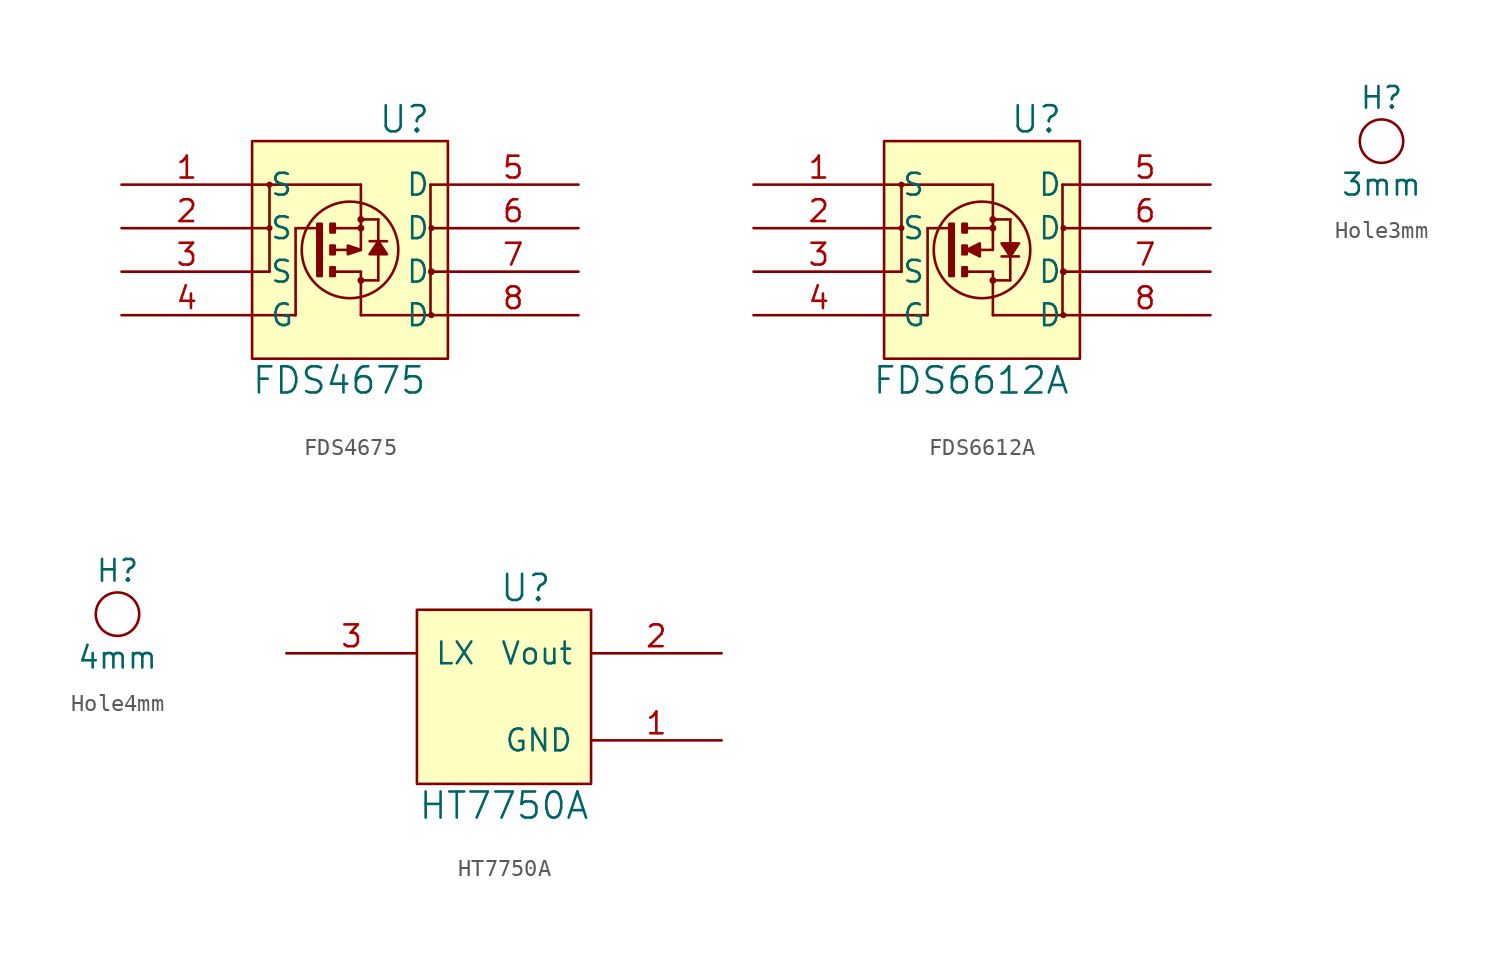
<source format=kicad_sym>
(kicad_symbol_lib
  (version 20220914)
  (generator kicad_symbol_editor)
  (symbol "FDS4675"
    (pin_names
      (offset 1.016))
    (property "Reference" "U"
      (at 2.54 7.62 0)
      (effects (font (size 1.524 1.524))))
    (property "Value" "FDS4675"
      (at -1.27 -7.62 0)
      (effects (font (size 1.524 1.524))))
    (property "Footprint" ""
      (at 0 0 0)
      (effects (font (size 1.524 1.524))))
    (property "Datasheet" ""
      (at 0 0 0)
      (effects (font (size 1.524 1.524))))
    (symbol "FDS4675_0_1"
      (rectangle (start -6.35 6.35) (end 5.08 -6.35) (stroke (width 0) (type default)) (fill (type background)))
      (circle (center -5.334 1.27) (radius 0.102) (stroke (width 0) (type default)) (fill (type none)))
      (circle (center -5.334 3.81) (radius 0.102) (stroke (width 0) (type default)) (fill (type none)))
      (rectangle (start -2.286 1.524) (end -2.54 -1.524) (stroke (width 0) (type default)) (fill (type outline)))
      (rectangle (start -1.778 -1.016) (end -1.524 -1.524) (stroke (width 0) (type default)) (fill (type outline)))
      (rectangle (start -1.778 0.254) (end -1.524 -0.254) (stroke (width 0) (type default)) (fill (type outline)))
      (rectangle (start -1.778 1.524) (end -1.524 1.016) (stroke (width 0) (type default)) (fill (type outline)))
      (circle (center -0.635 0) (radius 2.819) (stroke (width 0) (type default)) (fill (type none)))
      (circle (center 0 -1.778) (radius 0.127) (stroke (width 0) (type default)) (fill (type none)))
      (polyline (pts (xy -6.35 -1.27) (xy -5.334 -1.27) (xy -5.334 -1.27)) (stroke (width 0) (type default)) (fill (type none)))
      (polyline (pts (xy -6.35 1.27) (xy -5.334 1.27) (xy -5.334 1.27)) (stroke (width 0) (type default)) (fill (type none)))
      (polyline (pts (xy -6.35 3.81) (xy -5.334 3.81) (xy -5.334 3.81)) (stroke (width 0) (type default)) (fill (type none)))
      (polyline (pts (xy -5.334 -1.27) (xy -5.334 1.27) (xy -5.334 1.27)) (stroke (width 0) (type default)) (fill (type none)))
      (polyline (pts (xy -5.334 1.27) (xy -5.334 3.81) (xy -5.334 3.81)) (stroke (width 0) (type default)) (fill (type none)))
      (polyline (pts (xy -3.81 -3.81) (xy -6.35 -3.81) (xy -6.35 -3.81)) (stroke (width 0) (type default)) (fill (type none)))
      (polyline (pts (xy -2.54 1.27) (xy -3.81 1.27) (xy -3.81 1.27)) (stroke (width 0) (type default)) (fill (type none)))
      (polyline (pts (xy -1.524 -1.27) (xy 0 -1.27) (xy 0 -1.27)) (stroke (width 0) (type default)) (fill (type none)))
      (polyline (pts (xy -1.524 1.27) (xy 0 1.27) (xy 0 1.27)) (stroke (width 0) (type default)) (fill (type none)))
      (polyline (pts (xy 0 -3.81) (xy 0 -2.54) (xy 0 -2.54)) (stroke (width 0) (type default)) (fill (type none)))
      (polyline (pts (xy 0 -1.778) (xy 1.016 -1.778) (xy 1.016 -1.778)) (stroke (width 0) (type default)) (fill (type none)))
      (polyline (pts (xy 0 -1.27) (xy 0 -2.54) (xy 0 -2.54)) (stroke (width 0) (type default)) (fill (type none)))
      (polyline (pts (xy 0 0) (xy 0 2.54) (xy 0 2.54)) (stroke (width 0) (type default)) (fill (type none)))
      (polyline (pts (xy 0 2.54) (xy 0 3.81) (xy 0 3.81)) (stroke (width 0) (type default)) (fill (type none)))
      (polyline (pts (xy 1.016 1.778) (xy 1.016 -1.778) (xy 1.016 -1.778)) (stroke (width 0) (type default)) (fill (type outline)))
      (polyline (pts (xy 4.064 3.81) (xy 4.064 -3.81) (xy 4.064 -3.81)) (stroke (width 0) (type default)) (fill (type none)))
      (polyline (pts (xy 5.08 -3.81) (xy 0 -3.81) (xy 0 -3.81)) (stroke (width 0) (type default)) (fill (type none)))
      (polyline (pts (xy 5.08 -1.27) (xy 4.064 -1.27) (xy 4.064 -1.27)) (stroke (width 0) (type default)) (fill (type none)))
      (polyline (pts (xy 5.08 1.27) (xy 4.064 1.27) (xy 4.064 1.27)) (stroke (width 0) (type default)) (fill (type none)))
      (polyline (pts (xy 5.08 3.81) (xy 4.064 3.81) (xy 4.064 3.81)) (stroke (width 0) (type default)) (fill (type none)))
      (polyline (pts (xy -3.81 1.27) (xy -3.81 1.27) (xy -3.81 -3.81) (xy -3.81 -3.81)) (stroke (width 0) (type default)) (fill (type none)))
      (polyline (pts (xy 0.508 0.508) (xy 0.508 0.508) (xy 1.524 0.508) (xy 1.524 0.508)) (stroke (width 0) (type default)) (fill (type none)))
      (polyline (pts (xy -0.762 0.254) (xy -0.762 -0.254) (xy 0 0) (xy -0.762 0.254) (xy -0.762 0.254)) (stroke (width 0) (type default)) (fill (type outline)))
      (polyline (pts (xy 0 1.778) (xy 1.016 1.778) (xy 1.016 1.778) (xy 1.016 1.778) (xy 1.016 1.778)) (stroke (width 0) (type default)) (fill (type none)))
      (polyline (pts (xy 0.508 -0.254) (xy 1.016 0.508) (xy 1.524 -0.254) (xy 0.508 -0.254) (xy 0.508 -0.254)) (stroke (width 0) (type default)) (fill (type outline)))
      (polyline (pts (xy -5.334 3.81) (xy -5.334 3.81) (xy 0 3.81) (xy 0 3.81) (xy 0 3.81) (xy 0 3.81)) (stroke (width 0) (type default)) (fill (type none)))
      (polyline (pts (xy -1.016 0) (xy -0.762 0) (xy -1.524 0) (xy -1.27 0) (xy -1.27 0) (xy -1.27 0)) (stroke (width 0) (type default)) (fill (type none)))
      (circle (center 0 1.27) (radius 0.127) (stroke (width 0) (type default)) (fill (type none)))
      (circle (center 0 1.778) (radius 0.127) (stroke (width 0) (type default)) (fill (type none)))
      (circle (center 4.115 -3.81) (radius 0.102) (stroke (width 0) (type default)) (fill (type none)))
      (circle (center 4.115 -1.27) (radius 0.127) (stroke (width 0) (type default)) (fill (type none)))
      (circle (center 4.115 1.27) (radius 0.102) (stroke (width 0) (type default)) (fill (type none))))
    (symbol "FDS4675_1_1"
      (pin passive line (at -13.97 3.81 0) (length 7.62) (name "S" (effects (font (size 1.27 1.27)))) (number "1" (effects (font (size 1.27 1.27)))))
      (pin passive line (at -13.97 1.27 0) (length 7.62) (name "S" (effects (font (size 1.27 1.27)))) (number "2" (effects (font (size 1.27 1.27)))))
      (pin passive line (at -13.97 -1.27 0) (length 7.62) (name "S" (effects (font (size 1.27 1.27)))) (number "3" (effects (font (size 1.27 1.27)))))
      (pin input line (at -13.97 -3.81 0) (length 7.62) (name "G" (effects (font (size 1.27 1.27)))) (number "4" (effects (font (size 1.27 1.27)))))
      (pin passive line (at 12.7 3.81 180) (length 7.62) (name "D" (effects (font (size 1.27 1.27)))) (number "5" (effects (font (size 1.27 1.27)))))
      (pin passive line (at 12.7 1.27 180) (length 7.62) (name "D" (effects (font (size 1.27 1.27)))) (number "6" (effects (font (size 1.27 1.27)))))
      (pin passive line (at 12.7 -1.27 180) (length 7.62) (name "D" (effects (font (size 1.27 1.27)))) (number "7" (effects (font (size 1.27 1.27)))))
      (pin passive line (at 12.7 -3.81 180) (length 7.62) (name "D" (effects (font (size 1.27 1.27)))) (number "8" (effects (font (size 1.27 1.27)))))))
  (symbol "FDS6612A"
    (pin_names
      (offset 1.016))
    (property "Reference" "U"
      (at 2.54 7.62 0)
      (effects (font (size 1.524 1.524))))
    (property "Value" "FDS6612A"
      (at -1.27 -7.62 0)
      (effects (font (size 1.524 1.524))))
    (property "Footprint" ""
      (at 0 0 0)
      (effects (font (size 1.524 1.524))))
    (property "Datasheet" ""
      (at 0 0 0)
      (effects (font (size 1.524 1.524))))
    (symbol "FDS6612A_0_1"
      (rectangle (start -6.35 6.35) (end 5.08 -6.35) (stroke (width 0) (type default)) (fill (type background)))
      (circle (center -5.334 1.27) (radius 0.102) (stroke (width 0) (type default)) (fill (type none)))
      (circle (center -5.334 3.81) (radius 0.102) (stroke (width 0) (type default)) (fill (type none)))
      (rectangle (start -2.286 1.524) (end -2.54 -1.524) (stroke (width 0) (type default)) (fill (type outline)))
      (rectangle (start -1.778 -1.016) (end -1.524 -1.524) (stroke (width 0) (type default)) (fill (type outline)))
      (rectangle (start -1.778 0.254) (end -1.524 -0.254) (stroke (width 0) (type default)) (fill (type outline)))
      (rectangle (start -1.778 1.524) (end -1.524 1.016) (stroke (width 0) (type default)) (fill (type outline)))
      (circle (center -0.635 0) (radius 2.819) (stroke (width 0) (type default)) (fill (type none)))
      (circle (center 0 -1.778) (radius 0.127) (stroke (width 0) (type default)) (fill (type none)))
      (polyline (pts (xy -6.35 -1.27) (xy -5.334 -1.27) (xy -5.334 -1.27)) (stroke (width 0) (type default)) (fill (type none)))
      (polyline (pts (xy -6.35 1.27) (xy -5.334 1.27) (xy -5.334 1.27)) (stroke (width 0) (type default)) (fill (type none)))
      (polyline (pts (xy -6.35 3.81) (xy -5.334 3.81) (xy -5.334 3.81)) (stroke (width 0) (type default)) (fill (type none)))
      (polyline (pts (xy -5.334 -1.27) (xy -5.334 1.27) (xy -5.334 1.27)) (stroke (width 0) (type default)) (fill (type none)))
      (polyline (pts (xy -5.334 1.27) (xy -5.334 3.81) (xy -5.334 3.81)) (stroke (width 0) (type default)) (fill (type none)))
      (polyline (pts (xy -3.81 -3.81) (xy -6.35 -3.81) (xy -6.35 -3.81)) (stroke (width 0) (type default)) (fill (type none)))
      (polyline (pts (xy -2.54 1.27) (xy -3.81 1.27) (xy -3.81 1.27)) (stroke (width 0) (type default)) (fill (type none)))
      (polyline (pts (xy -1.524 -1.27) (xy 0 -1.27) (xy 0 -1.27)) (stroke (width 0) (type default)) (fill (type none)))
      (polyline (pts (xy -1.524 1.27) (xy 0 1.27) (xy 0 1.27)) (stroke (width 0) (type default)) (fill (type none)))
      (polyline (pts (xy -0.762 0) (xy 0 0) (xy 0 0)) (stroke (width 0) (type default)) (fill (type none)))
      (polyline (pts (xy 0 -1.778) (xy 1.016 -1.778) (xy 1.016 -1.778)) (stroke (width 0) (type default)) (fill (type none)))
      (polyline (pts (xy 0 -1.27) (xy 0 -3.81) (xy 0 -3.81)) (stroke (width 0) (type default)) (fill (type none)))
      (polyline (pts (xy 0 0) (xy 0 3.81) (xy 0 3.81)) (stroke (width 0) (type default)) (fill (type none)))
      (polyline (pts (xy 0.508 -0.381) (xy 1.524 -0.381) (xy 1.524 -0.381)) (stroke (width 0) (type default)) (fill (type none)))
      (polyline (pts (xy 1.016 1.778) (xy 1.016 -1.778) (xy 1.016 -1.778)) (stroke (width 0) (type default)) (fill (type outline)))
      (polyline (pts (xy 4.064 3.81) (xy 4.064 -3.81) (xy 4.064 -3.81)) (stroke (width 0) (type default)) (fill (type none)))
      (polyline (pts (xy 5.08 -3.81) (xy 0 -3.81) (xy 0 -3.81)) (stroke (width 0) (type default)) (fill (type none)))
      (polyline (pts (xy 5.08 -1.27) (xy 4.064 -1.27) (xy 4.064 -1.27)) (stroke (width 0) (type default)) (fill (type none)))
      (polyline (pts (xy 5.08 1.27) (xy 4.064 1.27) (xy 4.064 1.27)) (stroke (width 0) (type default)) (fill (type none)))
      (polyline (pts (xy 5.08 3.81) (xy 4.064 3.81) (xy 4.064 3.81)) (stroke (width 0) (type default)) (fill (type none)))
      (polyline (pts (xy -3.81 1.27) (xy -3.81 1.27) (xy -3.81 -3.81) (xy -3.81 -3.81)) (stroke (width 0) (type default)) (fill (type none)))
      (polyline (pts (xy -1.524 0) (xy -0.762 0.381) (xy -0.762 -0.381) (xy -1.524 0) (xy -1.524 0)) (stroke (width 0) (type default)) (fill (type outline)))
      (polyline (pts (xy 0 1.778) (xy 1.016 1.778) (xy 1.016 1.778) (xy 1.016 1.778) (xy 1.016 1.778)) (stroke (width 0) (type default)) (fill (type none)))
      (polyline (pts (xy 0.508 0.381) (xy 1.016 -0.381) (xy 1.524 0.381) (xy 0.508 0.381) (xy 0.508 0.381)) (stroke (width 0) (type default)) (fill (type outline)))
      (polyline (pts (xy -5.334 3.81) (xy -5.334 3.81) (xy 0 3.81) (xy 0 3.81) (xy 0 3.81) (xy 0 3.81)) (stroke (width 0) (type default)) (fill (type none)))
      (circle (center 0 1.27) (radius 0.127) (stroke (width 0) (type default)) (fill (type none)))
      (circle (center 0 1.778) (radius 0.127) (stroke (width 0) (type default)) (fill (type none)))
      (circle (center 4.115 -3.81) (radius 0.102) (stroke (width 0) (type default)) (fill (type none)))
      (circle (center 4.115 -1.27) (radius 0.127) (stroke (width 0) (type default)) (fill (type none)))
      (circle (center 4.115 1.27) (radius 0.102) (stroke (width 0) (type default)) (fill (type none))))
    (symbol "FDS6612A_1_1"
      (pin passive line (at -13.97 3.81 0) (length 7.62) (name "S" (effects (font (size 1.27 1.27)))) (number "1" (effects (font (size 1.27 1.27)))))
      (pin passive line (at -13.97 1.27 0) (length 7.62) (name "S" (effects (font (size 1.27 1.27)))) (number "2" (effects (font (size 1.27 1.27)))))
      (pin passive line (at -13.97 -1.27 0) (length 7.62) (name "S" (effects (font (size 1.27 1.27)))) (number "3" (effects (font (size 1.27 1.27)))))
      (pin input line (at -13.97 -3.81 0) (length 7.62) (name "G" (effects (font (size 1.27 1.27)))) (number "4" (effects (font (size 1.27 1.27)))))
      (pin passive line (at 12.7 3.81 180) (length 7.62) (name "D" (effects (font (size 1.27 1.27)))) (number "5" (effects (font (size 1.27 1.27)))))
      (pin passive line (at 12.7 1.27 180) (length 7.62) (name "D" (effects (font (size 1.27 1.27)))) (number "6" (effects (font (size 1.27 1.27)))))
      (pin passive line (at 12.7 -1.27 180) (length 7.62) (name "D" (effects (font (size 1.27 1.27)))) (number "7" (effects (font (size 1.27 1.27)))))
      (pin passive line (at 12.7 -3.81 180) (length 7.62) (name "D" (effects (font (size 1.27 1.27)))) (number "8" (effects (font (size 1.27 1.27)))))))
  (symbol "Hole3mm"
    (property "Reference" "H"
      (at 0 2.54 0)
      (effects (font (size 1.27 1.27))))
    (property "Value" "3mm"
      (at 0 -2.54 0)
      (effects (font (size 1.27 1.27))))
    (symbol "Hole3mm_0_1"
      (circle (center 0 0) (radius 1.27) (stroke (width 0) (type default)) (fill (type none)))))
  (symbol "Hole4mm"
    (property "Reference" "H"
      (at 0 2.54 0)
      (effects (font (size 1.27 1.27))))
    (property "Value" "4mm"
      (at 0 -2.54 0)
      (effects (font (size 1.27 1.27))))
    (symbol "Hole4mm_0_1"
      (circle (center 0 0) (radius 1.27) (stroke (width 0) (type default)) (fill (type none)))))
  (symbol "HT7750A"
    (pin_names
      (offset 1.016))
    (property "Reference" "U"
      (at 1.27 6.35 0)
      (effects (font (size 1.524 1.524))))
    (property "Value" "HT7750A"
      (at 0 -6.35 0)
      (effects (font (size 1.524 1.524))))
    (property "Footprint" ""
      (at 0 0 0)
      (effects (font (size 1.524 1.524))))
    (property "Datasheet" ""
      (at 0 0 0)
      (effects (font (size 1.524 1.524))))
    (symbol "HT7750A_0_1"
      (rectangle (start -5.08 5.08) (end 5.08 -5.08) (stroke (width 0) (type default)) (fill (type background))))
    (symbol "HT7750A_1_1"
      (pin power_in line (at 12.7 -2.54 180) (length 7.62) (name "GND" (effects (font (size 1.27 1.27)))) (number "1" (effects (font (size 1.27 1.27)))))
      (pin power_out line (at 12.7 2.54 180) (length 7.62) (name "Vout" (effects (font (size 1.27 1.27)))) (number "2" (effects (font (size 1.27 1.27)))))
      (pin input line (at -12.7 2.54 0) (length 7.62) (name "LX" (effects (font (size 1.27 1.27)))) (number "3" (effects (font (size 1.27 1.27))))))))
</source>
